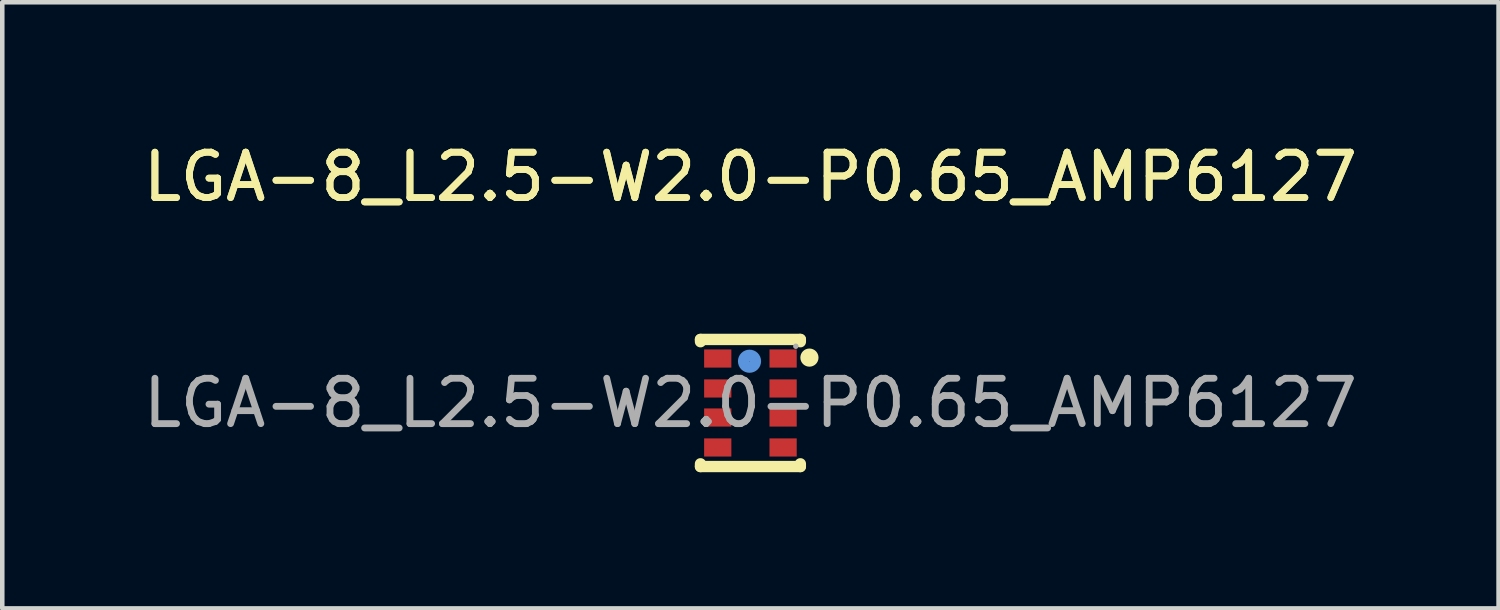
<source format=kicad_pcb>
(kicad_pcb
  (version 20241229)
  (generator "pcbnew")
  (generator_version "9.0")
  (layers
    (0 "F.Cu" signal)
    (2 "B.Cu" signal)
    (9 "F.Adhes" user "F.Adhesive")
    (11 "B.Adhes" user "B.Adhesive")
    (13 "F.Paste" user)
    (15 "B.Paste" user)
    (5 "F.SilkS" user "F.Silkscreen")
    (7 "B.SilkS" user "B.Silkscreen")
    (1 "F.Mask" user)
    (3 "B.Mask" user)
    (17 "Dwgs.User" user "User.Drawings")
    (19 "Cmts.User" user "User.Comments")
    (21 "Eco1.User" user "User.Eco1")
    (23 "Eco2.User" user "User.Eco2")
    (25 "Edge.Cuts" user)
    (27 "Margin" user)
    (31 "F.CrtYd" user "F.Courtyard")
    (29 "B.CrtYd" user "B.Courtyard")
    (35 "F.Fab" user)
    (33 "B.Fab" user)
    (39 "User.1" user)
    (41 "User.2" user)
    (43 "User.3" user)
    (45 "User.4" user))
  (footprint "LGA-8_L2.5-W2.0-P0.65_AMP6127"
    (layer "F.Cu")
    (at 13.482 5.828)
    (property "Reference" "LGA-8_L2.5-W2.0-P0.65_AMP6127" (at 0 -4.98 0) (layer "F.SilkS") (effects (font (size 1 1) (thickness 0.15))))
    (attr smd)
    (fp_line (start -1.1 -1.4) (end -1.1 -1.35) (stroke (width 0.25) (type solid)) (layer "F.SilkS"))
    (fp_line (start -1.1 -1.4) (end 1.1 -1.4) (stroke (width 0.25) (type solid)) (layer "F.SilkS"))
    (fp_line (start -1.1 1.34) (end -1.1 1.4) (stroke (width 0.25) (type solid)) (layer "F.SilkS"))
    (fp_line (start -1.1 1.4) (end 1.1 1.4) (stroke (width 0.25) (type solid)) (layer "F.SilkS"))
    (fp_line (start 1.1 -1.4) (end 1.1 -1.35) (stroke (width 0.25) (type solid)) (layer "F.SilkS"))
    (fp_line (start 1.1 1.34) (end 1.1 1.4) (stroke (width 0.25) (type solid)) (layer "F.SilkS"))
    (fp_circle (center 1.3 -1) (end 1.4 -1) (stroke (width 0.2) (type solid)) (fill no) (layer "F.SilkS"))
    (fp_circle (center -0.02 -0.92) (end 0.11 -0.92) (stroke (width 0.25) (type solid)) (fill no) (layer "Cmts.User"))
    (fp_circle (center 1 -1.25) (end 1.03 -1.25) (stroke (width 0.06) (type solid)) (fill no) (layer "F.Fab"))
    (fp_text user "${REFERENCE}" (at 0 -4.98 0) (layer "F.SilkS") (effects (font (size 1 1) (thickness 0.15))))
    (fp_text user "${REFERENCE}" (at 0 0 0) (layer "F.Fab") (effects (font (size 1 1) (thickness 0.15))))
    (pad "1" smd rect (at 0.72 -0.98) (size 0.6 0.4) (layers "F.Cu" "F.Mask" "F.Paste"))
    (pad "2" smd rect (at 0.72 -0.32) (size 0.6 0.4) (layers "F.Cu" "F.Mask" "F.Paste"))
    (pad "3" smd rect (at 0.72 0.32) (size 0.6 0.4) (layers "F.Cu" "F.Mask" "F.Paste"))
    (pad "4" smd rect (at 0.72 0.98) (size 0.6 0.4) (layers "F.Cu" "F.Mask" "F.Paste"))
    (pad "5" smd rect (at -0.72 0.98) (size 0.6 0.4) (layers "F.Cu" "F.Mask" "F.Paste"))
    (pad "6" smd rect (at -0.72 0.32) (size 0.6 0.4) (layers "F.Cu" "F.Mask" "F.Paste"))
    (pad "7" smd rect (at -0.72 -0.32) (size 0.6 0.4) (layers "F.Cu" "F.Mask" "F.Paste"))
    (pad "8" smd rect (at -0.72 -0.98) (size 0.6 0.4) (layers "F.Cu" "F.Mask" "F.Paste")))
  (gr_rect
    (start -3 -3)
    (end 29.964 10.353)
    (stroke (width 0.1) (type default))
    (fill no)
    (layer "Edge.Cuts")))
</source>
